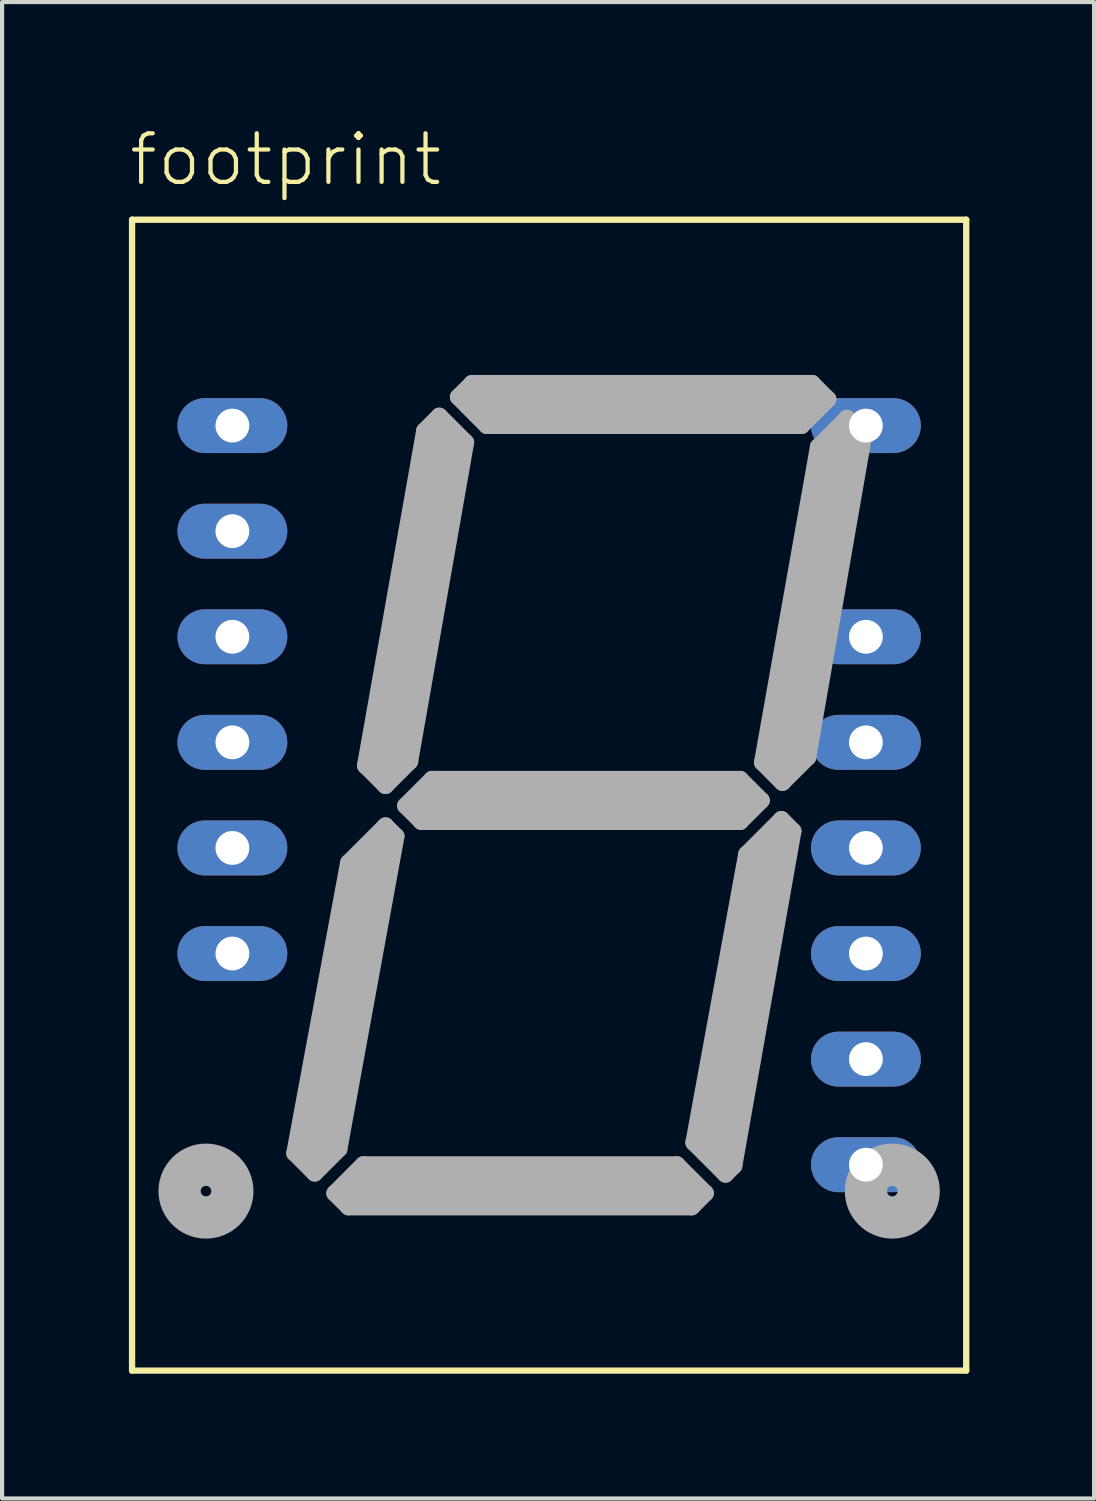
<source format=kicad_pcb>
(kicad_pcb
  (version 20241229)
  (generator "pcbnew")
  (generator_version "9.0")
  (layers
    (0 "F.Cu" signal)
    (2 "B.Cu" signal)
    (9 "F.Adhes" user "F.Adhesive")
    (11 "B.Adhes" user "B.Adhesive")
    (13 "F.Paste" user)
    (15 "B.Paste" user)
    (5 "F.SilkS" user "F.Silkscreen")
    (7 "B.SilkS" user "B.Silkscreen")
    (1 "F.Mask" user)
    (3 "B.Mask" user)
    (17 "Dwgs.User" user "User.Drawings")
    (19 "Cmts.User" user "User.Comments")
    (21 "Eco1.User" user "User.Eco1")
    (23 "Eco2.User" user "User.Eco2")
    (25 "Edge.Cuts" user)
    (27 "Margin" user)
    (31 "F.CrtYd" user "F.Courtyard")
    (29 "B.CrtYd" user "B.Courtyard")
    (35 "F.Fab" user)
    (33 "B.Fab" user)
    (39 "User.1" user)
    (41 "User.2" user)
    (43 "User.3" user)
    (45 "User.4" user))
  (footprint "footprint"
    (layer "F.Cu")
    (at 10.16 16.078)
    (property "Reference" "footprint" (at -10.16 -14.605 0) (layer "F.SilkS") (effects (font (size 1.168 1.168) (thickness 0.102)) (justify left bottom)))
    (fp_line (start -10.033 -13.843) (end -10.033 13.843) (stroke (width 0.152) (type solid)) (layer "F.SilkS"))
    (fp_line (start -10.033 -13.843) (end 10.033 -13.843) (stroke (width 0.152) (type solid)) (layer "F.SilkS"))
    (fp_line (start 10.033 13.843) (end -10.033 13.843) (stroke (width 0.152) (type solid)) (layer "F.SilkS"))
    (fp_line (start 10.033 13.843) (end 10.033 -13.843) (stroke (width 0.152) (type solid)) (layer "F.SilkS"))
    (fp_line (start -6.121 8.611) (end -5.639 9.093) (stroke (width 0.406) (type solid)) (layer "F.Fab"))
    (fp_line (start -5.639 9.093) (end -5.055 8.509) (stroke (width 0.406) (type solid)) (layer "F.Fab"))
    (fp_line (start -5.537 8.484) (end -4.166 1.295) (stroke (width 0.813) (type solid)) (layer "F.Fab"))
    (fp_line (start -5.156 9.576) (end -4.47 8.89) (stroke (width 0.406) (type solid)) (layer "F.Fab"))
    (fp_line (start -5.055 8.509) (end -3.683 0.991) (stroke (width 0.406) (type solid)) (layer "F.Fab"))
    (fp_line (start -4.826 1.626) (end -6.121 8.611) (stroke (width 0.406) (type solid)) (layer "F.Fab"))
    (fp_line (start -4.826 9.906) (end -5.156 9.576) (stroke (width 0.406) (type solid)) (layer "F.Fab"))
    (fp_line (start -4.47 8.89) (end 3.073 8.89) (stroke (width 0.406) (type solid)) (layer "F.Fab"))
    (fp_line (start -4.42 -0.711) (end -2.997 -8.763) (stroke (width 0.406) (type solid)) (layer "F.Fab"))
    (fp_line (start -3.937 -0.229) (end -4.42 -0.711) (stroke (width 0.406) (type solid)) (layer "F.Fab"))
    (fp_line (start -3.937 0.737) (end -4.826 1.626) (stroke (width 0.406) (type solid)) (layer "F.Fab"))
    (fp_line (start -3.937 0.737) (end -3.683 0.991) (stroke (width 0.406) (type solid)) (layer "F.Fab"))
    (fp_line (start -3.912 -0.838) (end -2.54 -8.509) (stroke (width 0.813) (type solid)) (layer "F.Fab"))
    (fp_line (start -3.454 0.254) (end -2.819 -0.381) (stroke (width 0.406) (type solid)) (layer "F.Fab"))
    (fp_line (start -3.353 -0.813) (end -3.937 -0.229) (stroke (width 0.406) (type solid)) (layer "F.Fab"))
    (fp_line (start -3.073 0.635) (end -3.454 0.254) (stroke (width 0.406) (type solid)) (layer "F.Fab"))
    (fp_line (start -2.997 -8.763) (end -2.642 -9.119) (stroke (width 0.406) (type solid)) (layer "F.Fab"))
    (fp_line (start -2.819 -0.381) (end 4.597 -0.381) (stroke (width 0.406) (type solid)) (layer "F.Fab"))
    (fp_line (start -2.642 -9.119) (end -2.007 -8.484) (stroke (width 0.406) (type solid)) (layer "F.Fab"))
    (fp_line (start -2.184 -9.576) (end -1.854 -9.906) (stroke (width 0.406) (type solid)) (layer "F.Fab"))
    (fp_line (start -2.007 -8.484) (end -3.353 -0.813) (stroke (width 0.406) (type solid)) (layer "F.Fab"))
    (fp_line (start -1.854 -9.906) (end 6.325 -9.906) (stroke (width 0.406) (type solid)) (layer "F.Fab"))
    (fp_line (start -1.626 -9.398) (end 6.223 -9.398) (stroke (width 0.813) (type solid)) (layer "F.Fab"))
    (fp_line (start -1.499 -8.89) (end -2.184 -9.576) (stroke (width 0.406) (type solid)) (layer "F.Fab"))
    (fp_line (start 3.073 8.89) (end 3.759 9.576) (stroke (width 0.406) (type solid)) (layer "F.Fab"))
    (fp_line (start 3.175 9.398) (end -4.572 9.398) (stroke (width 0.813) (type solid)) (layer "F.Fab"))
    (fp_line (start 3.429 9.906) (end -4.826 9.906) (stroke (width 0.406) (type solid)) (layer "F.Fab"))
    (fp_line (start 3.48 8.357) (end 4.242 9.119) (stroke (width 0.406) (type solid)) (layer "F.Fab"))
    (fp_line (start 3.759 9.576) (end 3.429 9.906) (stroke (width 0.406) (type solid)) (layer "F.Fab"))
    (fp_line (start 4.242 9.119) (end 4.445 8.915) (stroke (width 0.406) (type solid)) (layer "F.Fab"))
    (fp_line (start 4.445 8.915) (end 5.867 0.864) (stroke (width 0.406) (type solid)) (layer "F.Fab"))
    (fp_line (start 4.572 0.127) (end -2.896 0.127) (stroke (width 0.813) (type solid)) (layer "F.Fab"))
    (fp_line (start 4.597 -0.381) (end 5.105 0.127) (stroke (width 0.406) (type solid)) (layer "F.Fab"))
    (fp_line (start 4.597 0.635) (end -3.073 0.635) (stroke (width 0.406) (type solid)) (layer "F.Fab"))
    (fp_line (start 4.75 1.422) (end 3.48 8.357) (stroke (width 0.406) (type solid)) (layer "F.Fab"))
    (fp_line (start 5.105 0.127) (end 4.597 0.635) (stroke (width 0.406) (type solid)) (layer "F.Fab"))
    (fp_line (start 5.131 -0.787) (end 5.613 -0.305) (stroke (width 0.406) (type solid)) (layer "F.Fab"))
    (fp_line (start 5.385 1.168) (end 4.039 8.534) (stroke (width 0.813) (type solid)) (layer "F.Fab"))
    (fp_line (start 5.588 0.584) (end 4.75 1.422) (stroke (width 0.406) (type solid)) (layer "F.Fab"))
    (fp_line (start 5.613 -0.305) (end 6.223 -0.914) (stroke (width 0.406) (type solid)) (layer "F.Fab"))
    (fp_line (start 5.867 0.864) (end 5.588 0.584) (stroke (width 0.406) (type solid)) (layer "F.Fab"))
    (fp_line (start 6.071 -8.89) (end -1.499 -8.89) (stroke (width 0.406) (type solid)) (layer "F.Fab"))
    (fp_line (start 6.223 -0.914) (end 7.569 -8.661) (stroke (width 0.406) (type solid)) (layer "F.Fab"))
    (fp_line (start 6.325 -9.906) (end 6.706 -9.525) (stroke (width 0.406) (type solid)) (layer "F.Fab"))
    (fp_line (start 6.477 -8.382) (end 5.131 -0.787) (stroke (width 0.406) (type solid)) (layer "F.Fab"))
    (fp_line (start 6.706 -9.525) (end 6.071 -8.89) (stroke (width 0.406) (type solid)) (layer "F.Fab"))
    (fp_line (start 6.985 -8.56) (end 5.664 -0.914) (stroke (width 0.813) (type solid)) (layer "F.Fab"))
    (fp_line (start 7.163 -9.068) (end 6.477 -8.382) (stroke (width 0.406) (type solid)) (layer "F.Fab"))
    (fp_line (start 7.569 -8.661) (end 7.163 -9.068) (stroke (width 0.406) (type solid)) (layer "F.Fab"))
    (fp_circle (center -8.255 9.525) (end -7.62 9.525) (stroke (width 1.016) (type solid)) (fill no) (layer "F.Fab"))
    (fp_circle (center 8.255 9.525) (end 8.89 9.525) (stroke (width 1.016) (type solid)) (fill no) (layer "F.Fab"))
    (fp_poly (pts (xy -8.89 10.16) (xy -7.62 10.16) (xy -7.62 8.89) (xy -8.89 8.89)) (stroke (width 0.1) (type solid)) (fill no) (layer "F.Fab"))
    (fp_poly (pts (xy 7.62 10.16) (xy 8.89 10.16) (xy 8.89 8.89) (xy 7.62 8.89)) (stroke (width 0.1) (type solid)) (fill no) (layer "F.Fab"))
    (pad "2" thru_hole oval (at -7.62 -8.89) (size 2.642 1.321) (drill 0.813) (layers "*.Cu" "*.Mask"))
    (pad "3" thru_hole oval (at -7.62 -6.35) (size 2.642 1.321) (drill 0.813) (layers "*.Cu" "*.Mask"))
    (pad "4" thru_hole oval (at -7.62 -3.81) (size 2.642 1.321) (drill 0.813) (layers "*.Cu" "*.Mask"))
    (pad "5" thru_hole oval (at -7.62 -1.27) (size 2.642 1.321) (drill 0.813) (layers "*.Cu" "*.Mask"))
    (pad "6" thru_hole oval (at -7.62 1.27) (size 2.642 1.321) (drill 0.813) (layers "*.Cu" "*.Mask"))
    (pad "7" thru_hole oval (at -7.62 3.81) (size 2.642 1.321) (drill 0.813) (layers "*.Cu" "*.Mask"))
    (pad "10" thru_hole oval (at 7.62 8.89) (size 2.642 1.321) (drill 0.813) (layers "*.Cu" "*.Mask"))
    (pad "11" thru_hole oval (at 7.62 6.35) (size 2.642 1.321) (drill 0.813) (layers "*.Cu" "*.Mask"))
    (pad "12" thru_hole oval (at 7.62 3.81) (size 2.642 1.321) (drill 0.813) (layers "*.Cu" "*.Mask"))
    (pad "13" thru_hole oval (at 7.62 1.27) (size 2.642 1.321) (drill 0.813) (layers "*.Cu" "*.Mask"))
    (pad "14" thru_hole oval (at 7.62 -1.27) (size 2.642 1.321) (drill 0.813) (layers "*.Cu" "*.Mask"))
    (pad "15" thru_hole oval (at 7.62 -3.81) (size 2.642 1.321) (drill 0.813) (layers "*.Cu" "*.Mask"))
    (pad "17" thru_hole oval (at 7.62 -8.89) (size 2.642 1.321) (drill 0.813) (layers "*.Cu" "*.Mask")))
  (gr_rect
    (start -3 -3)
    (end 23.269 32.997)
    (stroke (width 0.1) (type default))
    (fill no)
    (layer "Edge.Cuts")))
</source>
